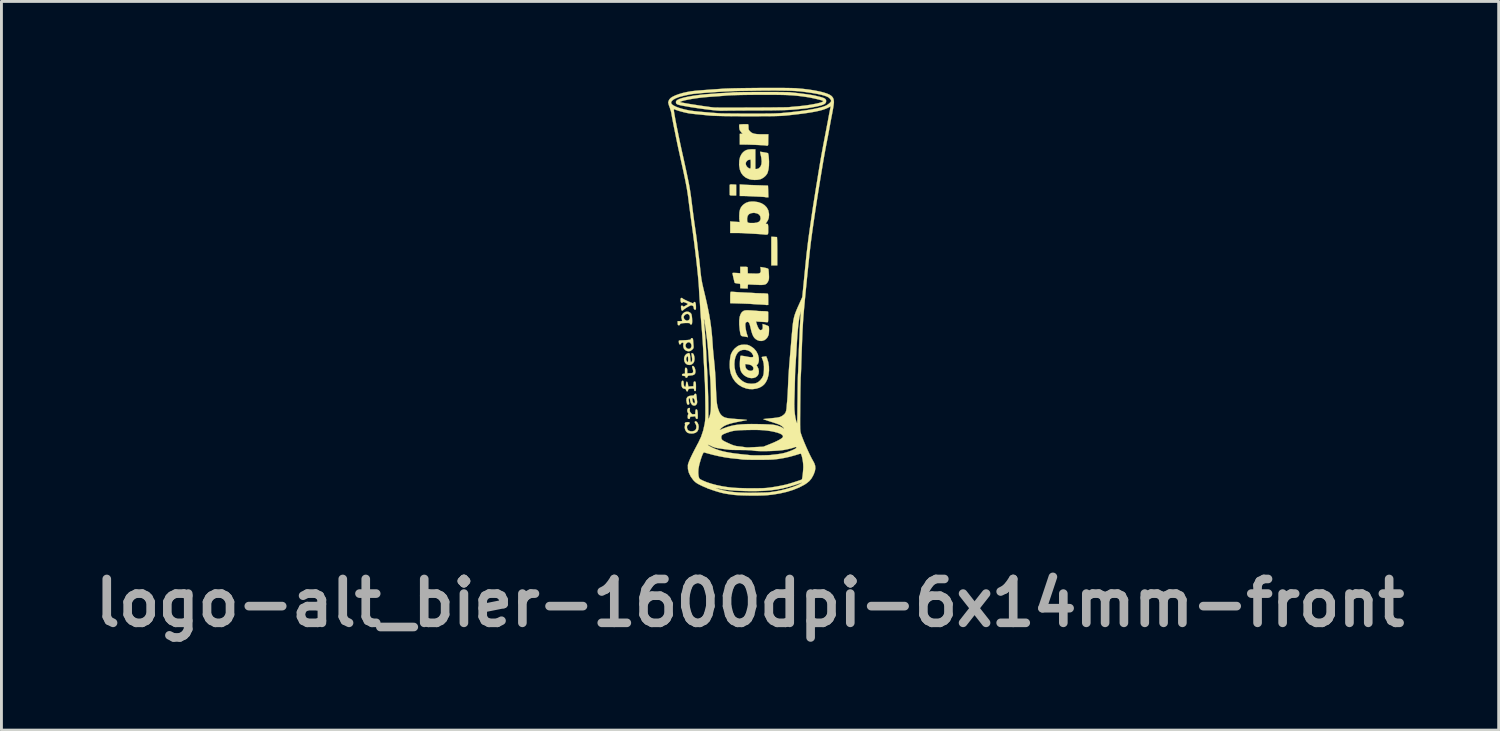
<source format=kicad_pcb>
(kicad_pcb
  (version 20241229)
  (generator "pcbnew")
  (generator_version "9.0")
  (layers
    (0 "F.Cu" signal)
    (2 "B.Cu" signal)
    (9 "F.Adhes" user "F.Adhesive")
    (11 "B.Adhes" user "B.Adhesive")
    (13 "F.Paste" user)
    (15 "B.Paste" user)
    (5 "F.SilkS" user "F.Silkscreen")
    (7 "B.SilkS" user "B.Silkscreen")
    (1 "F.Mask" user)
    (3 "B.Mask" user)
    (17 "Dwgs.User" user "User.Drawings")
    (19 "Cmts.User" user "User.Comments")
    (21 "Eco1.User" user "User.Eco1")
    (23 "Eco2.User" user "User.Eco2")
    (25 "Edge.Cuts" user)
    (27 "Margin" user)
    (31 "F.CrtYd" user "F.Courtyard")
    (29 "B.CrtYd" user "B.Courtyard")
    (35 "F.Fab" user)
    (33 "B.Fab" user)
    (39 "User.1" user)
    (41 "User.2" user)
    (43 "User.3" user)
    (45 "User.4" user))
  (footprint "logo-alt_bier-1600dpi-6x14mm-front"
    (layer "F.Cu")
    (at 23.037 7.077)
    (property "Reference" "logo-alt_bier-1600dpi-6x14mm-front" (at -0.025 10.825 0) (layer "F.Fab") (effects (font (size 1.524 1.524) (thickness 0.3))))
    (attr through_hole)
    (fp_poly (pts (xy 0.806 -1.896) (xy 0.857 -1.893) (xy 0.895 -1.891) (xy 0.909 -1.89) (xy 0.912 -1.875) (xy 0.914 -1.831) (xy 0.917 -1.764) (xy 0.919 -1.676) (xy 0.92 -1.572) (xy 0.921 -1.455) (xy 0.921 -1.397) (xy 0.921 -0.905) (xy 0.714 -0.905) (xy 0.714 -1.9) (xy 0.806 -1.896)) (stroke (width 0.01) (type solid)) (fill yes) (layer "F.SilkS"))
    (fp_poly (pts (xy -0.619 -3.717) (xy -0.508 -3.712) (xy -0.508 -3.334) (xy -0.619 -3.334) (xy -0.684 -3.336) (xy -0.72 -3.343) (xy -0.731 -3.354) (xy -0.731 -3.385) (xy -0.732 -3.438) (xy -0.732 -3.502) (xy -0.732 -3.568) (xy -0.732 -3.629) (xy -0.732 -3.676) (xy -0.731 -3.699) (xy -0.725 -3.711) (xy -0.703 -3.718) (xy -0.66 -3.719) (xy -0.619 -3.717)) (stroke (width 0.01) (type solid)) (fill yes) (layer "F.SilkS"))
    (fp_poly (pts (xy -0.234 -3.709) (xy -0.172 -3.705) (xy -0.086 -3.701) (xy 0.016 -3.697) (xy 0.128 -3.693) (xy 0.24 -3.689) (xy 0.254 -3.689) (xy 0.354 -3.686) (xy 0.443 -3.683) (xy 0.516 -3.681) (xy 0.568 -3.679) (xy 0.595 -3.677) (xy 0.598 -3.677) (xy 0.599 -3.661) (xy 0.601 -3.62) (xy 0.603 -3.559) (xy 0.606 -3.484) (xy 0.606 -3.473) (xy 0.613 -3.27) (xy 0.563 -3.27) (xy 0.526 -3.272) (xy 0.506 -3.277) (xy 0.506 -3.278) (xy 0.488 -3.281) (xy 0.445 -3.285) (xy 0.381 -3.289) (xy 0.302 -3.293) (xy 0.261 -3.295) (xy 0.17 -3.299) (xy 0.083 -3.303) (xy 0.009 -3.306) (xy -0.044 -3.309) (xy -0.056 -3.31) (xy -0.113 -3.313) (xy -0.185 -3.315) (xy -0.258 -3.317) (xy -0.381 -3.318) (xy -0.381 -3.719) (xy -0.234 -3.709)) (stroke (width 0.01) (type solid)) (fill yes) (layer "F.SilkS"))
    (fp_poly (pts (xy -1.91 4.511) (xy -1.874 4.533) (xy -1.842 4.577) (xy -1.819 4.636) (xy -1.81 4.699) (xy -1.81 4.702) (xy -1.821 4.792) (xy -1.856 4.861) (xy -1.914 4.908) (xy -1.995 4.933) (xy -2.056 4.937) (xy -2.137 4.93) (xy -2.196 4.909) (xy -2.201 4.907) (xy -2.248 4.862) (xy -2.281 4.799) (xy -2.296 4.73) (xy -2.29 4.676) (xy -2.283 4.634) (xy -2.286 4.604) (xy -2.287 4.602) (xy -2.291 4.574) (xy -2.268 4.552) (xy -2.221 4.541) (xy -2.197 4.54) (xy -2.153 4.542) (xy -2.132 4.551) (xy -2.127 4.571) (xy -2.127 4.572) (xy -2.142 4.604) (xy -2.165 4.619) (xy -2.199 4.647) (xy -2.216 4.691) (xy -2.216 4.743) (xy -2.199 4.793) (xy -2.167 4.831) (xy -2.154 4.839) (xy -2.086 4.86) (xy -2.016 4.859) (xy -1.954 4.838) (xy -1.928 4.819) (xy -1.898 4.768) (xy -1.888 4.704) (xy -1.899 4.64) (xy -1.922 4.597) (xy -1.943 4.559) (xy -1.944 4.528) (xy -1.926 4.511) (xy -1.91 4.511)) (stroke (width 0.01) (type solid)) (fill yes) (layer "F.SilkS"))
    (fp_poly (pts (xy -1.98 2.605) (xy -1.955 2.643) (xy -1.935 2.695) (xy -1.923 2.756) (xy -1.922 2.78) (xy -1.929 2.84) (xy -1.956 2.881) (xy -2.005 2.906) (xy -2.081 2.918) (xy -2.085 2.918) (xy -2.141 2.923) (xy -2.174 2.93) (xy -2.189 2.942) (xy -2.194 2.959) (xy -2.208 2.986) (xy -2.233 2.999) (xy -2.257 2.996) (xy -2.27 2.974) (xy -2.27 2.971) (xy -2.277 2.948) (xy -2.303 2.937) (xy -2.33 2.934) (xy -2.37 2.927) (xy -2.387 2.912) (xy -2.389 2.897) (xy -2.381 2.873) (xy -2.351 2.862) (xy -2.338 2.86) (xy -2.286 2.855) (xy -2.286 2.753) (xy -2.285 2.698) (xy -2.28 2.667) (xy -2.27 2.653) (xy -2.256 2.651) (xy -2.229 2.66) (xy -2.214 2.688) (xy -2.207 2.741) (xy -2.207 2.771) (xy -2.207 2.842) (xy -2.129 2.842) (xy -2.077 2.84) (xy -2.037 2.835) (xy -2.025 2.832) (xy -2.006 2.809) (xy -2.001 2.765) (xy -2.012 2.708) (xy -2.024 2.672) (xy -2.039 2.625) (xy -2.033 2.599) (xy -2.032 2.597) (xy -2.007 2.588) (xy -1.98 2.605)) (stroke (width 0.01) (type solid)) (fill yes) (layer "F.SilkS"))
    (fp_poly (pts (xy -2.127 2.154) (xy -2.115 2.189) (xy -2.107 2.251) (xy -2.103 2.302) (xy -2.097 2.368) (xy -2.09 2.421) (xy -2.082 2.454) (xy -2.078 2.461) (xy -2.061 2.448) (xy -2.047 2.427) (xy -2.037 2.387) (xy -2.038 2.323) (xy -2.05 2.234) (xy -2.058 2.193) (xy -2.062 2.158) (xy -2.054 2.145) (xy -2.03 2.146) (xy -1.999 2.165) (xy -1.975 2.212) (xy -1.959 2.279) (xy -1.954 2.346) (xy -1.965 2.426) (xy -1.998 2.489) (xy -2.049 2.533) (xy -2.111 2.554) (xy -2.18 2.55) (xy -2.226 2.531) (xy -2.276 2.488) (xy -2.306 2.427) (xy -2.318 2.358) (xy -2.315 2.335) (xy -2.245 2.335) (xy -2.244 2.37) (xy -2.231 2.405) (xy -2.21 2.447) (xy -2.193 2.458) (xy -2.181 2.439) (xy -2.175 2.389) (xy -2.175 2.358) (xy -2.178 2.293) (xy -2.187 2.255) (xy -2.202 2.248) (xy -2.22 2.27) (xy -2.231 2.293) (xy -2.245 2.335) (xy -2.315 2.335) (xy -2.31 2.287) (xy -2.284 2.224) (xy -2.238 2.176) (xy -2.223 2.167) (xy -2.178 2.146) (xy -2.147 2.141) (xy -2.127 2.154)) (stroke (width 0.01) (type solid)) (fill yes) (layer "F.SilkS"))
    (fp_poly (pts (xy -2.119 4.052) (xy -2.114 4.071) (xy -2.118 4.105) (xy -2.122 4.148) (xy -2.109 4.185) (xy -2.087 4.217) (xy -2.056 4.252) (xy -2.027 4.267) (xy -1.987 4.267) (xy -1.929 4.262) (xy -1.924 4.179) (xy -1.919 4.129) (xy -1.91 4.104) (xy -1.894 4.096) (xy -1.89 4.096) (xy -1.869 4.107) (xy -1.855 4.142) (xy -1.846 4.203) (xy -1.842 4.292) (xy -1.842 4.322) (xy -1.842 4.379) (xy -1.847 4.411) (xy -1.856 4.426) (xy -1.872 4.429) (xy -1.874 4.429) (xy -1.9 4.419) (xy -1.915 4.383) (xy -1.916 4.38) (xy -1.926 4.346) (xy -1.944 4.337) (xy -1.973 4.34) (xy -2.025 4.347) (xy -2.066 4.35) (xy -2.099 4.354) (xy -2.111 4.374) (xy -2.111 4.389) (xy -2.119 4.421) (xy -2.14 4.429) (xy -2.171 4.424) (xy -2.18 4.419) (xy -2.189 4.395) (xy -2.191 4.355) (xy -2.188 4.312) (xy -2.18 4.279) (xy -2.172 4.267) (xy -2.164 4.253) (xy -2.179 4.224) (xy -2.18 4.222) (xy -2.203 4.171) (xy -2.206 4.121) (xy -2.192 4.078) (xy -2.162 4.052) (xy -2.138 4.048) (xy -2.119 4.052)) (stroke (width 0.01) (type solid)) (fill yes) (layer "F.SilkS"))
    (fp_poly (pts (xy -0.628 0.013) (xy -0.568 0.017) (xy -0.552 0.018) (xy -0.49 0.023) (xy -0.406 0.028) (xy -0.308 0.033) (xy -0.208 0.038) (xy -0.169 0.04) (xy -0.078 0.044) (xy 0.005 0.048) (xy 0.073 0.052) (xy 0.12 0.055) (xy 0.135 0.057) (xy 0.169 0.059) (xy 0.227 0.061) (xy 0.3 0.063) (xy 0.382 0.065) (xy 0.385 0.065) (xy 0.463 0.067) (xy 0.528 0.071) (xy 0.574 0.076) (xy 0.597 0.082) (xy 0.597 0.083) (xy 0.601 0.104) (xy 0.604 0.15) (xy 0.606 0.213) (xy 0.607 0.283) (xy 0.607 0.468) (xy 0.566 0.47) (xy 0.533 0.47) (xy 0.52 0.467) (xy 0.503 0.465) (xy 0.461 0.461) (xy 0.398 0.457) (xy 0.321 0.453) (xy 0.293 0.452) (xy 0.209 0.448) (xy 0.134 0.443) (xy 0.074 0.439) (xy 0.037 0.436) (xy 0.032 0.436) (xy 0.006 0.433) (xy -0.048 0.43) (xy -0.123 0.427) (xy -0.214 0.424) (xy -0.316 0.42) (xy -0.36 0.419) (xy -0.714 0.408) (xy -0.714 0.213) (xy -0.713 0.12) (xy -0.709 0.055) (xy -0.702 0.019) (xy -0.697 0.013) (xy -0.674 0.011) (xy -0.628 0.013)) (stroke (width 0.01) (type solid)) (fill yes) (layer "F.SilkS"))
    (fp_poly (pts (xy -0.113 -5.812) (xy -0.107 -5.811) (xy -0.092 -5.806) (xy -0.083 -5.786) (xy -0.08 -5.745) (xy -0.079 -5.713) (xy -0.078 -5.657) (xy -0.07 -5.62) (xy -0.051 -5.59) (xy -0.02 -5.557) (xy 0.021 -5.522) (xy 0.069 -5.497) (xy 0.128 -5.479) (xy 0.205 -5.468) (xy 0.304 -5.462) (xy 0.41 -5.461) (xy 0.611 -5.461) (xy 0.608 -5.298) (xy 0.607 -5.226) (xy 0.606 -5.162) (xy 0.605 -5.116) (xy 0.604 -5.1) (xy 0.595 -5.072) (xy 0.566 -5.064) (xy 0.535 -5.067) (xy 0.523 -5.071) (xy 0.505 -5.074) (xy 0.46 -5.078) (xy 0.395 -5.082) (xy 0.313 -5.086) (xy 0.221 -5.091) (xy 0.123 -5.095) (xy 0.025 -5.098) (xy -0.069 -5.101) (xy -0.152 -5.103) (xy -0.218 -5.104) (xy -0.381 -5.104) (xy -0.381 -5.29) (xy -0.381 -5.477) (xy -0.28 -5.477) (xy -0.321 -5.521) (xy -0.354 -5.561) (xy -0.379 -5.6) (xy -0.381 -5.602) (xy -0.391 -5.634) (xy -0.398 -5.682) (xy -0.402 -5.733) (xy -0.401 -5.776) (xy -0.396 -5.8) (xy -0.395 -5.801) (xy -0.378 -5.804) (xy -0.337 -5.807) (xy -0.282 -5.81) (xy -0.221 -5.811) (xy -0.161 -5.812) (xy -0.113 -5.812)) (stroke (width 0.01) (type solid)) (fill yes) (layer "F.SilkS"))
    (fp_poly (pts (xy -1.906 3.56) (xy -1.895 3.578) (xy -1.888 3.616) (xy -1.883 3.655) (xy -1.876 3.721) (xy -1.869 3.784) (xy -1.864 3.818) (xy -1.866 3.88) (xy -1.889 3.928) (xy -1.926 3.959) (xy -1.972 3.968) (xy -2.019 3.953) (xy -2.045 3.932) (xy -2.082 3.875) (xy -2.105 3.802) (xy -2.111 3.743) (xy -2.114 3.725) (xy -2.031 3.725) (xy -2.028 3.768) (xy -2.028 3.77) (xy -2.016 3.825) (xy -1.998 3.864) (xy -1.977 3.886) (xy -1.957 3.885) (xy -1.943 3.86) (xy -1.94 3.846) (xy -1.942 3.806) (xy -1.957 3.761) (xy -1.979 3.722) (xy -2.002 3.7) (xy -2.009 3.699) (xy -2.026 3.704) (xy -2.031 3.725) (xy -2.114 3.725) (xy -2.116 3.713) (xy -2.131 3.708) (xy -2.137 3.71) (xy -2.153 3.722) (xy -2.157 3.75) (xy -2.153 3.793) (xy -2.146 3.844) (xy -2.141 3.887) (xy -2.139 3.897) (xy -2.146 3.925) (xy -2.17 3.934) (xy -2.195 3.931) (xy -2.211 3.91) (xy -2.221 3.878) (xy -2.238 3.787) (xy -2.23 3.716) (xy -2.197 3.664) (xy -2.14 3.633) (xy -2.058 3.62) (xy -2.039 3.619) (xy -1.994 3.616) (xy -1.972 3.604) (xy -1.964 3.588) (xy -1.943 3.561) (xy -1.924 3.556) (xy -1.906 3.56)) (stroke (width 0.01) (type solid)) (fill yes) (layer "F.SilkS"))
    (fp_poly (pts (xy -2.348 3.109) (xy -2.336 3.144) (xy -2.334 3.185) (xy -2.327 3.252) (xy -2.31 3.297) (xy -2.284 3.317) (xy -2.278 3.318) (xy -2.264 3.307) (xy -2.255 3.273) (xy -2.251 3.227) (xy -2.246 3.172) (xy -2.237 3.143) (xy -2.223 3.135) (xy -2.204 3.149) (xy -2.19 3.191) (xy -2.184 3.219) (xy -2.17 3.303) (xy -2.081 3.299) (xy -1.992 3.294) (xy -1.988 3.211) (xy -1.983 3.161) (xy -1.974 3.136) (xy -1.958 3.128) (xy -1.953 3.127) (xy -1.933 3.132) (xy -1.919 3.148) (xy -1.91 3.182) (xy -1.906 3.237) (xy -1.905 3.319) (xy -1.906 3.387) (xy -1.908 3.429) (xy -1.914 3.451) (xy -1.925 3.459) (xy -1.937 3.461) (xy -1.962 3.451) (xy -1.968 3.422) (xy -1.971 3.393) (xy -1.985 3.377) (xy -2.015 3.372) (xy -2.068 3.375) (xy -2.084 3.376) (xy -2.135 3.383) (xy -2.162 3.392) (xy -2.174 3.408) (xy -2.178 3.427) (xy -2.191 3.464) (xy -2.214 3.474) (xy -2.236 3.457) (xy -2.246 3.43) (xy -2.259 3.395) (xy -2.284 3.382) (xy -2.301 3.381) (xy -2.345 3.37) (xy -2.374 3.349) (xy -2.395 3.309) (xy -2.407 3.253) (xy -2.41 3.193) (xy -2.403 3.142) (xy -2.393 3.121) (xy -2.368 3.1) (xy -2.348 3.109)) (stroke (width 0.01) (type solid)) (fill yes) (layer "F.SilkS"))
    (fp_poly (pts (xy -2.169 0.706) (xy -2.11 0.733) (xy -2.069 0.776) (xy -2.057 0.809) (xy -2.047 0.864) (xy -2.04 0.93) (xy -2.037 0.999) (xy -2.037 1.063) (xy -2.042 1.113) (xy -2.05 1.138) (xy -2.076 1.15) (xy -2.101 1.14) (xy -2.111 1.117) (xy -2.12 1.105) (xy -2.15 1.098) (xy -2.205 1.095) (xy -2.212 1.095) (xy -2.319 1.098) (xy -2.395 1.106) (xy -2.441 1.121) (xy -2.46 1.141) (xy -2.461 1.145) (xy -2.473 1.168) (xy -2.501 1.176) (xy -2.529 1.165) (xy -2.529 1.164) (xy -2.536 1.143) (xy -2.54 1.103) (xy -2.54 1.093) (xy -2.54 1.032) (xy -2.459 1.032) (xy -2.411 1.031) (xy -2.389 1.025) (xy -2.384 1.012) (xy -2.388 0.996) (xy -2.404 0.931) (xy -2.407 0.897) (xy -2.334 0.897) (xy -2.32 0.943) (xy -2.286 0.984) (xy -2.241 1.011) (xy -2.215 1.016) (xy -2.174 1.005) (xy -2.143 0.984) (xy -2.118 0.939) (xy -2.115 0.884) (xy -2.131 0.83) (xy -2.165 0.79) (xy -2.165 0.79) (xy -2.208 0.778) (xy -2.255 0.79) (xy -2.297 0.82) (xy -2.326 0.861) (xy -2.334 0.897) (xy -2.407 0.897) (xy -2.408 0.884) (xy -2.4 0.843) (xy -2.392 0.821) (xy -2.352 0.761) (xy -2.297 0.721) (xy -2.233 0.702) (xy -2.169 0.706)) (stroke (width 0.01) (type solid)) (fill yes) (layer "F.SilkS"))
    (fp_poly (pts (xy -2.022 1.63) (xy -2.01 1.65) (xy -2.004 1.69) (xy -2.003 1.707) (xy -1.999 1.771) (xy -1.993 1.844) (xy -1.99 1.877) (xy -1.986 1.93) (xy -1.99 1.964) (xy -2.007 1.992) (xy -2.037 2.024) (xy -2.099 2.068) (xy -2.168 2.08) (xy -2.239 2.062) (xy -2.264 2.047) (xy -2.318 1.996) (xy -2.344 1.928) (xy -2.344 1.877) (xy -2.27 1.877) (xy -2.258 1.931) (xy -2.227 1.972) (xy -2.183 1.995) (xy -2.136 1.997) (xy -2.093 1.974) (xy -2.087 1.968) (xy -2.063 1.922) (xy -2.06 1.869) (xy -2.075 1.82) (xy -2.106 1.781) (xy -2.15 1.763) (xy -2.159 1.762) (xy -2.204 1.776) (xy -2.244 1.811) (xy -2.267 1.857) (xy -2.27 1.877) (xy -2.344 1.877) (xy -2.344 1.849) (xy -2.339 1.805) (xy -2.343 1.785) (xy -2.36 1.778) (xy -2.375 1.778) (xy -2.412 1.789) (xy -2.424 1.81) (xy -2.443 1.836) (xy -2.461 1.841) (xy -2.482 1.832) (xy -2.494 1.798) (xy -2.496 1.782) (xy -2.5 1.74) (xy -2.498 1.713) (xy -2.497 1.711) (xy -2.479 1.704) (xy -2.439 1.7) (xy -2.407 1.699) (xy -2.347 1.697) (xy -2.272 1.693) (xy -2.201 1.688) (xy -2.139 1.682) (xy -2.102 1.675) (xy -2.085 1.665) (xy -2.08 1.65) (xy -2.08 1.648) (xy -2.071 1.625) (xy -2.044 1.622) (xy -2.022 1.63)) (stroke (width 0.01) (type solid)) (fill yes) (layer "F.SilkS"))
    (fp_poly (pts (xy -2.386 0.228) (xy -2.37 0.244) (xy -2.352 0.257) (xy -2.312 0.279) (xy -2.256 0.307) (xy -2.192 0.337) (xy -2.128 0.365) (xy -2.07 0.39) (xy -2.025 0.407) (xy -2.001 0.413) (xy -1.986 0.4) (xy -1.984 0.389) (xy -1.971 0.369) (xy -1.955 0.365) (xy -1.931 0.377) (xy -1.916 0.413) (xy -1.907 0.477) (xy -1.905 0.551) (xy -1.906 0.6) (xy -1.911 0.625) (xy -1.924 0.633) (xy -1.941 0.632) (xy -1.966 0.622) (xy -1.978 0.594) (xy -1.981 0.569) (xy -1.99 0.526) (xy -2.013 0.501) (xy -2.032 0.492) (xy -2.056 0.484) (xy -2.08 0.484) (xy -2.11 0.495) (xy -2.154 0.518) (xy -2.208 0.548) (xy -2.265 0.583) (xy -2.311 0.615) (xy -2.339 0.638) (xy -2.345 0.645) (xy -2.366 0.664) (xy -2.381 0.667) (xy -2.4 0.658) (xy -2.413 0.628) (xy -2.419 0.594) (xy -2.423 0.547) (xy -2.422 0.514) (xy -2.42 0.506) (xy -2.397 0.493) (xy -2.369 0.5) (xy -2.355 0.516) (xy -2.345 0.527) (xy -2.325 0.524) (xy -2.286 0.505) (xy -2.272 0.497) (xy -2.219 0.466) (xy -2.192 0.445) (xy -2.19 0.43) (xy -2.212 0.414) (xy -2.247 0.398) (xy -2.31 0.373) (xy -2.349 0.366) (xy -2.365 0.376) (xy -2.365 0.381) (xy -2.379 0.394) (xy -2.395 0.397) (xy -2.417 0.388) (xy -2.431 0.357) (xy -2.435 0.335) (xy -2.439 0.288) (xy -2.437 0.252) (xy -2.435 0.247) (xy -2.414 0.225) (xy -2.386 0.228)) (stroke (width 0.01) (type solid)) (fill yes) (layer "F.SilkS"))
    (fp_poly (pts (xy -0.168 -0.855) (xy -0.126 -0.85) (xy -0.11 -0.84) (xy -0.109 -0.837) (xy -0.108 -0.812) (xy -0.107 -0.765) (xy -0.106 -0.722) (xy -0.103 -0.627) (xy 0.093 -0.622) (xy 0.177 -0.62) (xy 0.235 -0.621) (xy 0.274 -0.625) (xy 0.3 -0.632) (xy 0.318 -0.643) (xy 0.321 -0.646) (xy 0.339 -0.668) (xy 0.347 -0.696) (xy 0.346 -0.741) (xy 0.344 -0.763) (xy 0.335 -0.851) (xy 0.468 -0.828) (xy 0.546 -0.811) (xy 0.594 -0.795) (xy 0.612 -0.779) (xy 0.617 -0.753) (xy 0.622 -0.704) (xy 0.627 -0.639) (xy 0.63 -0.587) (xy 0.633 -0.51) (xy 0.632 -0.456) (xy 0.627 -0.417) (xy 0.617 -0.384) (xy 0.601 -0.349) (xy 0.574 -0.303) (xy 0.545 -0.27) (xy 0.508 -0.247) (xy 0.458 -0.234) (xy 0.391 -0.227) (xy 0.301 -0.227) (xy 0.214 -0.231) (xy 0.127 -0.234) (xy 0.049 -0.238) (xy -0.014 -0.241) (xy -0.055 -0.243) (xy -0.064 -0.244) (xy -0.088 -0.242) (xy -0.1 -0.229) (xy -0.104 -0.195) (xy -0.105 -0.175) (xy -0.106 -0.103) (xy -0.168 -0.103) (xy -0.227 -0.104) (xy -0.29 -0.107) (xy -0.298 -0.108) (xy -0.365 -0.113) (xy -0.365 -0.191) (xy -0.367 -0.24) (xy -0.375 -0.263) (xy -0.392 -0.27) (xy -0.393 -0.27) (xy -0.439 -0.274) (xy -0.489 -0.281) (xy -0.532 -0.29) (xy -0.556 -0.298) (xy -0.557 -0.299) (xy -0.563 -0.317) (xy -0.574 -0.358) (xy -0.588 -0.415) (xy -0.603 -0.478) (xy -0.617 -0.54) (xy -0.628 -0.593) (xy -0.634 -0.63) (xy -0.635 -0.639) (xy -0.62 -0.644) (xy -0.581 -0.645) (xy -0.525 -0.643) (xy -0.5 -0.642) (xy -0.365 -0.632) (xy -0.365 -0.857) (xy -0.238 -0.857) (xy -0.168 -0.855)) (stroke (width 0.01) (type solid)) (fill yes) (layer "F.SilkS"))
    (fp_poly (pts (xy 0.107 -4.939) (xy 0.159 -4.937) (xy 0.159 -4.255) (xy 0.204 -4.255) (xy 0.25 -4.264) (xy 0.29 -4.286) (xy 0.341 -4.345) (xy 0.371 -4.423) (xy 0.379 -4.523) (xy 0.367 -4.645) (xy 0.35 -4.723) (xy 0.337 -4.782) (xy 0.327 -4.827) (xy 0.324 -4.851) (xy 0.324 -4.853) (xy 0.34 -4.853) (xy 0.379 -4.847) (xy 0.431 -4.839) (xy 0.487 -4.829) (xy 0.54 -4.819) (xy 0.58 -4.811) (xy 0.597 -4.805) (xy 0.598 -4.805) (xy 0.607 -4.782) (xy 0.616 -4.733) (xy 0.624 -4.668) (xy 0.63 -4.591) (xy 0.634 -4.512) (xy 0.634 -4.502) (xy 0.631 -4.365) (xy 0.616 -4.243) (xy 0.591 -4.143) (xy 0.571 -4.094) (xy 0.521 -4.025) (xy 0.451 -3.962) (xy 0.371 -3.914) (xy 0.327 -3.897) (xy 0.234 -3.879) (xy 0.129 -3.875) (xy 0.025 -3.884) (xy -0.059 -3.903) (xy -0.175 -3.956) (xy -0.266 -4.029) (xy -0.334 -4.121) (xy -0.379 -4.234) (xy -0.402 -4.369) (xy -0.404 -4.406) (xy -0.404 -4.42) (xy -0.175 -4.42) (xy -0.15 -4.36) (xy -0.121 -4.324) (xy -0.082 -4.292) (xy -0.046 -4.273) (xy -0.033 -4.27) (xy -0.018 -4.272) (xy -0.009 -4.282) (xy -0.003 -4.304) (xy -0.001 -4.346) (xy -0.000012 -4.412) (xy 0 -4.431) (xy -0.001 -4.504) (xy -0.003 -4.55) (xy -0.008 -4.575) (xy -0.016 -4.583) (xy -0.025 -4.582) (xy -0.061 -4.573) (xy -0.073 -4.572) (xy -0.1 -4.561) (xy -0.133 -4.536) (xy -0.136 -4.533) (xy -0.17 -4.479) (xy -0.175 -4.42) (xy -0.404 -4.42) (xy -0.399 -4.551) (xy -0.371 -4.674) (xy -0.318 -4.777) (xy -0.267 -4.837) (xy -0.21 -4.884) (xy -0.146 -4.915) (xy -0.071 -4.933) (xy 0.024 -4.94) (xy 0.107 -4.939)) (stroke (width 0.01) (type solid)) (fill yes) (layer "F.SilkS"))
    (fp_poly (pts (xy 0.118 -3.124) (xy 0.257 -3.103) (xy 0.378 -3.061) (xy 0.477 -2.999) (xy 0.554 -2.919) (xy 0.607 -2.822) (xy 0.632 -2.71) (xy 0.635 -2.659) (xy 0.625 -2.557) (xy 0.594 -2.472) (xy 0.553 -2.409) (xy 0.527 -2.371) (xy 0.524 -2.351) (xy 0.546 -2.346) (xy 0.566 -2.348) (xy 0.584 -2.345) (xy 0.595 -2.328) (xy 0.602 -2.293) (xy 0.606 -2.234) (xy 0.606 -2.149) (xy 0.606 -2.145) (xy 0.606 -2.071) (xy 0.603 -2.02) (xy 0.593 -1.99) (xy 0.569 -1.976) (xy 0.528 -1.973) (xy 0.463 -1.979) (xy 0.405 -1.985) (xy 0.342 -1.99) (xy 0.257 -1.996) (xy 0.16 -2.002) (xy 0.061 -2.007) (xy 0.032 -2.009) (xy -0.055 -2.013) (xy -0.131 -2.017) (xy -0.192 -2.021) (xy -0.229 -2.024) (xy -0.238 -2.025) (xy -0.262 -2.027) (xy -0.311 -2.028) (xy -0.379 -2.03) (xy -0.46 -2.031) (xy -0.488 -2.031) (xy -0.714 -2.032) (xy -0.714 -2.433) (xy -0.546 -2.421) (xy -0.378 -2.41) (xy -0.389 -2.445) (xy -0.394 -2.476) (xy -0.397 -2.521) (xy -0.127 -2.521) (xy -0.125 -2.455) (xy -0.116 -2.414) (xy -0.095 -2.391) (xy -0.056 -2.381) (xy -0.01 -2.378) (xy 0.114 -2.378) (xy 0.21 -2.391) (xy 0.278 -2.418) (xy 0.3 -2.436) (xy 0.329 -2.475) (xy 0.341 -2.524) (xy 0.341 -2.547) (xy 0.328 -2.618) (xy 0.288 -2.673) (xy 0.223 -2.71) (xy 0.137 -2.729) (xy 0.095 -2.731) (xy 0.006 -2.719) (xy -0.061 -2.686) (xy -0.105 -2.631) (xy -0.125 -2.554) (xy -0.127 -2.521) (xy -0.397 -2.521) (xy -0.398 -2.53) (xy -0.4 -2.597) (xy -0.4 -2.634) (xy -0.394 -2.752) (xy -0.374 -2.847) (xy -0.338 -2.926) (xy -0.282 -2.994) (xy -0.257 -3.017) (xy -0.174 -3.075) (xy -0.08 -3.11) (xy 0.032 -3.125) (xy 0.118 -3.124)) (stroke (width 0.01) (type solid)) (fill yes) (layer "F.SilkS"))
    (fp_poly (pts (xy -0.046 0.656) (xy 0.015 0.659) (xy 0.091 0.664) (xy 0.156 0.669) (xy 0.202 0.673) (xy 0.223 0.676) (xy 0.224 0.676) (xy 0.242 0.678) (xy 0.286 0.681) (xy 0.348 0.683) (xy 0.418 0.685) (xy 0.499 0.687) (xy 0.553 0.691) (xy 0.585 0.696) (xy 0.601 0.704) (xy 0.604 0.714) (xy 0.605 0.739) (xy 0.605 0.788) (xy 0.605 0.854) (xy 0.605 0.905) (xy 0.604 0.98) (xy 0.602 1.028) (xy 0.597 1.055) (xy 0.589 1.067) (xy 0.577 1.069) (xy 0.577 1.069) (xy 0.55 1.067) (xy 0.5 1.063) (xy 0.432 1.059) (xy 0.364 1.055) (xy 0.179 1.044) (xy 0.217 1.161) (xy 0.241 1.223) (xy 0.267 1.278) (xy 0.292 1.315) (xy 0.293 1.317) (xy 0.323 1.342) (xy 0.349 1.345) (xy 0.372 1.337) (xy 0.397 1.321) (xy 0.41 1.298) (xy 0.416 1.259) (xy 0.415 1.197) (xy 0.414 1.187) (xy 0.411 1.129) (xy 0.511 1.162) (xy 0.564 1.182) (xy 0.604 1.2) (xy 0.623 1.213) (xy 0.63 1.24) (xy 0.634 1.29) (xy 0.634 1.352) (xy 0.631 1.417) (xy 0.626 1.475) (xy 0.618 1.512) (xy 0.586 1.584) (xy 0.533 1.648) (xy 0.476 1.691) (xy 0.39 1.72) (xy 0.304 1.717) (xy 0.226 1.69) (xy 0.17 1.655) (xy 0.123 1.611) (xy 0.085 1.553) (xy 0.051 1.476) (xy 0.02 1.376) (xy -0.007 1.262) (xy -0.022 1.2) (xy -0.038 1.144) (xy -0.05 1.108) (xy -0.078 1.067) (xy -0.116 1.053) (xy -0.156 1.069) (xy -0.162 1.074) (xy -0.178 1.093) (xy -0.187 1.116) (xy -0.189 1.154) (xy -0.187 1.213) (xy -0.186 1.222) (xy -0.176 1.3) (xy -0.159 1.387) (xy -0.138 1.466) (xy -0.098 1.59) (xy -0.132 1.582) (xy -0.168 1.575) (xy -0.22 1.567) (xy -0.251 1.562) (xy -0.292 1.556) (xy -0.321 1.546) (xy -0.341 1.527) (xy -0.356 1.493) (xy -0.367 1.441) (xy -0.379 1.364) (xy -0.385 1.322) (xy -0.401 1.151) (xy -0.401 1.004) (xy -0.385 0.882) (xy -0.353 0.786) (xy -0.306 0.715) (xy -0.243 0.672) (xy -0.211 0.662) (xy -0.172 0.656) (xy -0.119 0.654) (xy -0.046 0.656)) (stroke (width 0.01) (type solid)) (fill yes) (layer "F.SilkS"))
    (fp_poly (pts (xy -0.162 1.851) (xy -0.113 1.857) (xy -0.069 1.871) (xy -0.017 1.896) (xy -0.003 1.904) (xy 0.105 1.979) (xy 0.189 2.075) (xy 0.248 2.188) (xy 0.278 2.31) (xy 0.281 2.382) (xy 0.272 2.45) (xy 0.253 2.506) (xy 0.226 2.541) (xy 0.224 2.543) (xy 0.207 2.556) (xy 0.206 2.572) (xy 0.222 2.6) (xy 0.232 2.615) (xy 0.267 2.69) (xy 0.281 2.774) (xy 0.273 2.854) (xy 0.27 2.864) (xy 0.233 2.931) (xy 0.176 2.978) (xy 0.104 3.005) (xy 0.022 3.012) (xy -0.065 2.999) (xy -0.151 2.965) (xy -0.233 2.911) (xy -0.256 2.89) (xy -0.306 2.833) (xy -0.342 2.772) (xy -0.365 2.7) (xy -0.377 2.611) (xy -0.378 2.57) (xy -0.191 2.57) (xy -0.183 2.622) (xy -0.166 2.669) (xy -0.13 2.712) (xy -0.079 2.743) (xy -0.022 2.759) (xy 0.032 2.758) (xy 0.07 2.737) (xy 0.093 2.695) (xy 0.09 2.646) (xy 0.063 2.6) (xy 0.018 2.565) (xy -0.025 2.549) (xy -0.082 2.535) (xy -0.109 2.531) (xy -0.191 2.52) (xy -0.191 2.57) (xy -0.378 2.57) (xy -0.379 2.5) (xy -0.377 2.439) (xy -0.372 2.365) (xy -0.366 2.301) (xy -0.36 2.257) (xy -0.354 2.237) (xy -0.334 2.234) (xy -0.289 2.238) (xy -0.227 2.247) (xy -0.182 2.255) (xy -0.079 2.275) (xy -0.004 2.285) (xy 0.047 2.286) (xy 0.076 2.276) (xy 0.087 2.255) (xy 0.082 2.223) (xy 0.077 2.208) (xy 0.034 2.137) (xy -0.03 2.082) (xy -0.11 2.045) (xy -0.198 2.028) (xy -0.288 2.032) (xy -0.373 2.061) (xy -0.381 2.065) (xy -0.447 2.119) (xy -0.499 2.198) (xy -0.538 2.295) (xy -0.561 2.406) (xy -0.569 2.526) (xy -0.561 2.65) (xy -0.536 2.772) (xy -0.498 2.875) (xy -0.443 2.966) (xy -0.366 3.052) (xy -0.277 3.124) (xy -0.184 3.173) (xy -0.183 3.174) (xy -0.091 3.197) (xy 0.013 3.207) (xy 0.114 3.201) (xy 0.177 3.188) (xy 0.253 3.152) (xy 0.326 3.091) (xy 0.387 3.015) (xy 0.408 2.979) (xy 0.428 2.935) (xy 0.441 2.891) (xy 0.45 2.838) (xy 0.455 2.767) (xy 0.457 2.727) (xy 0.458 2.607) (xy 0.45 2.508) (xy 0.43 2.421) (xy 0.402 2.345) (xy 0.387 2.307) (xy 0.382 2.283) (xy 0.382 2.28) (xy 0.401 2.274) (xy 0.439 2.267) (xy 0.462 2.264) (xy 0.535 2.253) (xy 0.568 2.329) (xy 0.609 2.46) (xy 0.631 2.604) (xy 0.634 2.753) (xy 0.617 2.898) (xy 0.582 3.031) (xy 0.548 3.108) (xy 0.508 3.177) (xy 0.467 3.228) (xy 0.414 3.276) (xy 0.393 3.292) (xy 0.303 3.343) (xy 0.194 3.377) (xy 0.073 3.394) (xy -0.05 3.392) (xy -0.154 3.373) (xy -0.302 3.317) (xy -0.432 3.237) (xy -0.54 3.135) (xy -0.626 3.011) (xy -0.688 2.87) (xy -0.718 2.745) (xy -0.729 2.646) (xy -0.732 2.534) (xy -0.727 2.42) (xy -0.716 2.312) (xy -0.698 2.219) (xy -0.684 2.173) (xy -0.631 2.071) (xy -0.556 1.981) (xy -0.468 1.91) (xy -0.439 1.893) (xy -0.388 1.87) (xy -0.339 1.857) (xy -0.279 1.851) (xy -0.23 1.85) (xy -0.162 1.851)) (stroke (width 0.01) (type solid)) (fill yes) (layer "F.SilkS"))
    (fp_poly (pts (xy 0.656 -6.93) (xy 0.805 -6.93) (xy 0.944 -6.929) (xy 1.07 -6.928) (xy 1.18 -6.926) (xy 1.269 -6.925) (xy 1.335 -6.923) (xy 1.373 -6.92) (xy 1.594 -6.896) (xy 1.784 -6.873) (xy 1.946 -6.852) (xy 2.079 -6.832) (xy 2.186 -6.813) (xy 2.238 -6.802) (xy 2.359 -6.773) (xy 2.451 -6.749) (xy 2.519 -6.727) (xy 2.567 -6.705) (xy 2.597 -6.681) (xy 2.613 -6.655) (xy 2.619 -6.623) (xy 2.619 -6.612) (xy 2.613 -6.572) (xy 2.593 -6.539) (xy 2.555 -6.509) (xy 2.497 -6.483) (xy 2.415 -6.457) (xy 2.307 -6.431) (xy 2.228 -6.415) (xy 2.136 -6.398) (xy 2.047 -6.382) (xy 1.968 -6.369) (xy 1.91 -6.361) (xy 1.897 -6.359) (xy 1.836 -6.353) (xy 1.758 -6.345) (xy 1.676 -6.337) (xy 1.651 -6.334) (xy 1.566 -6.325) (xy 1.479 -6.318) (xy 1.386 -6.311) (xy 1.285 -6.306) (xy 1.172 -6.301) (xy 1.045 -6.298) (xy 0.902 -6.295) (xy 0.738 -6.292) (xy 0.551 -6.291) (xy 0.339 -6.289) (xy 0.099 -6.288) (xy 0.057 -6.288) (xy -0.119 -6.288) (xy -0.286 -6.287) (xy -0.442 -6.286) (xy -0.583 -6.285) (xy -0.707 -6.284) (xy -0.81 -6.283) (xy -0.891 -6.282) (xy -0.946 -6.281) (xy -0.973 -6.28) (xy -0.975 -6.28) (xy -1.004 -6.279) (xy -1.056 -6.28) (xy -1.124 -6.284) (xy -1.183 -6.288) (xy -1.284 -6.297) (xy -1.403 -6.31) (xy -1.536 -6.326) (xy -1.678 -6.345) (xy -1.823 -6.365) (xy -1.967 -6.387) (xy -2.105 -6.408) (xy -2.232 -6.43) (xy -2.343 -6.45) (xy -2.433 -6.468) (xy -2.497 -6.483) (xy -2.504 -6.485) (xy -2.556 -6.503) (xy -2.584 -6.523) (xy -2.597 -6.55) (xy -2.598 -6.551) (xy -2.599 -6.581) (xy -2.455 -6.581) (xy -2.435 -6.572) (xy -2.407 -6.565) (xy -2.351 -6.554) (xy -2.273 -6.54) (xy -2.177 -6.523) (xy -2.068 -6.505) (xy -1.95 -6.487) (xy -1.828 -6.468) (xy -1.706 -6.449) (xy -1.588 -6.432) (xy -1.48 -6.417) (xy -1.386 -6.404) (xy -1.31 -6.395) (xy -1.278 -6.392) (xy -1.249 -6.391) (xy -1.192 -6.39) (xy -1.11 -6.389) (xy -1.006 -6.389) (xy -0.882 -6.388) (xy -0.741 -6.388) (xy -0.587 -6.388) (xy -0.423 -6.389) (xy -0.251 -6.389) (xy -0.075 -6.39) (xy 0.103 -6.39) (xy 0.28 -6.391) (xy 0.452 -6.392) (xy 0.617 -6.393) (xy 0.772 -6.394) (xy 0.914 -6.396) (xy 1.04 -6.397) (xy 1.146 -6.398) (xy 1.231 -6.4) (xy 1.29 -6.401) (xy 1.322 -6.402) (xy 1.326 -6.403) (xy 1.364 -6.408) (xy 1.423 -6.414) (xy 1.49 -6.42) (xy 1.5 -6.421) (xy 1.651 -6.434) (xy 1.799 -6.45) (xy 1.941 -6.468) (xy 2.075 -6.488) (xy 2.196 -6.51) (xy 2.302 -6.531) (xy 2.39 -6.553) (xy 2.458 -6.574) (xy 2.501 -6.594) (xy 2.518 -6.611) (xy 2.514 -6.621) (xy 2.491 -6.631) (xy 2.444 -6.647) (xy 2.376 -6.665) (xy 2.296 -6.685) (xy 2.208 -6.705) (xy 2.119 -6.724) (xy 2.035 -6.741) (xy 1.961 -6.753) (xy 1.96 -6.753) (xy 1.833 -6.772) (xy 1.716 -6.787) (xy 1.604 -6.8) (xy 1.495 -6.81) (xy 1.382 -6.818) (xy 1.261 -6.824) (xy 1.129 -6.828) (xy 0.98 -6.831) (xy 0.81 -6.833) (xy 0.615 -6.834) (xy 0.524 -6.834) (xy 0.297 -6.833) (xy 0.08 -6.832) (xy -0.124 -6.83) (xy -0.312 -6.827) (xy -0.482 -6.823) (xy -0.631 -6.818) (xy -0.757 -6.813) (xy -0.855 -6.807) (xy -0.913 -6.802) (xy -0.96 -6.797) (xy -1.019 -6.792) (xy -1.094 -6.786) (xy -1.19 -6.779) (xy -1.311 -6.771) (xy -1.429 -6.762) (xy -1.58 -6.75) (xy -1.734 -6.734) (xy -1.887 -6.714) (xy -2.032 -6.692) (xy -2.165 -6.668) (xy -2.281 -6.644) (xy -2.374 -6.62) (xy -2.421 -6.603) (xy -2.452 -6.59) (xy -2.455 -6.581) (xy -2.599 -6.581) (xy -2.6 -6.592) (xy -2.583 -6.627) (xy -2.543 -6.658) (xy -2.479 -6.688) (xy -2.388 -6.718) (xy -2.31 -6.739) (xy -2.193 -6.765) (xy -2.052 -6.79) (xy -1.894 -6.814) (xy -1.727 -6.835) (xy -1.558 -6.852) (xy -1.395 -6.865) (xy -1.357 -6.867) (xy -1.283 -6.872) (xy -1.221 -6.876) (xy -1.177 -6.88) (xy -1.159 -6.882) (xy -1.159 -6.882) (xy -1.141 -6.885) (xy -1.097 -6.888) (xy -1.033 -6.892) (xy -0.954 -6.896) (xy -0.913 -6.898) (xy -0.826 -6.902) (xy -0.747 -6.907) (xy -0.685 -6.911) (xy -0.644 -6.915) (xy -0.635 -6.917) (xy -0.607 -6.919) (xy -0.551 -6.921) (xy -0.47 -6.923) (xy -0.368 -6.925) (xy -0.248 -6.927) (xy -0.113 -6.928) (xy 0.033 -6.929) (xy 0.186 -6.93) (xy 0.343 -6.93) (xy 0.501 -6.93) (xy 0.656 -6.93)) (stroke (width 0.01) (type solid)) (fill yes) (layer "F.SilkS"))
    (fp_poly (pts (xy 0.968 -7.072) (xy 1.128 -7.071) (xy 1.273 -7.069) (xy 1.398 -7.067) (xy 1.501 -7.064) (xy 1.578 -7.061) (xy 1.587 -7.06) (xy 1.8 -7.041) (xy 2.012 -7.016) (xy 2.214 -6.984) (xy 2.398 -6.947) (xy 2.525 -6.915) (xy 2.648 -6.876) (xy 2.743 -6.834) (xy 2.811 -6.787) (xy 2.856 -6.731) (xy 2.881 -6.664) (xy 2.889 -6.583) (xy 2.889 -6.582) (xy 2.886 -6.539) (xy 2.878 -6.472) (xy 2.865 -6.386) (xy 2.848 -6.289) (xy 2.829 -6.186) (xy 2.826 -6.172) (xy 2.805 -6.063) (xy 2.784 -5.953) (xy 2.765 -5.851) (xy 2.749 -5.763) (xy 2.738 -5.699) (xy 2.738 -5.699) (xy 2.727 -5.638) (xy 2.711 -5.553) (xy 2.692 -5.45) (xy 2.67 -5.339) (xy 2.648 -5.225) (xy 2.641 -5.191) (xy 2.611 -5.037) (xy 2.578 -4.855) (xy 2.541 -4.65) (xy 2.502 -4.424) (xy 2.462 -4.183) (xy 2.42 -3.93) (xy 2.378 -3.668) (xy 2.335 -3.402) (xy 2.293 -3.135) (xy 2.253 -2.872) (xy 2.215 -2.616) (xy 2.179 -2.372) (xy 2.146 -2.142) (xy 2.117 -1.931) (xy 2.092 -1.743) (xy 2.088 -1.714) (xy 2.077 -1.621) (xy 2.063 -1.501) (xy 2.047 -1.357) (xy 2.03 -1.195) (xy 2.011 -1.017) (xy 1.991 -0.829) (xy 1.971 -0.634) (xy 1.951 -0.436) (xy 1.932 -0.241) (xy 1.913 -0.051) (xy 1.896 0.128) (xy 1.88 0.293) (xy 1.874 0.365) (xy 1.864 0.474) (xy 1.854 0.576) (xy 1.846 0.667) (xy 1.84 0.74) (xy 1.835 0.79) (xy 1.834 0.802) (xy 1.83 0.854) (xy 1.825 0.926) (xy 1.82 1.004) (xy 1.818 1.032) (xy 1.813 1.116) (xy 1.808 1.206) (xy 1.803 1.285) (xy 1.802 1.302) (xy 1.799 1.362) (xy 1.795 1.445) (xy 1.791 1.539) (xy 1.787 1.636) (xy 1.786 1.659) (xy 1.782 1.764) (xy 1.778 1.878) (xy 1.774 1.988) (xy 1.77 2.081) (xy 1.77 2.088) (xy 1.767 2.167) (xy 1.764 2.268) (xy 1.76 2.383) (xy 1.756 2.501) (xy 1.753 2.596) (xy 1.75 2.697) (xy 1.746 2.79) (xy 1.742 2.87) (xy 1.739 2.931) (xy 1.736 2.967) (xy 1.736 2.969) (xy 1.734 2.995) (xy 1.733 3.049) (xy 1.731 3.129) (xy 1.729 3.232) (xy 1.726 3.355) (xy 1.724 3.493) (xy 1.722 3.646) (xy 1.721 3.809) (xy 1.719 3.929) (xy 1.718 4.122) (xy 1.716 4.285) (xy 1.715 4.423) (xy 1.715 4.536) (xy 1.715 4.629) (xy 1.716 4.704) (xy 1.717 4.763) (xy 1.72 4.81) (xy 1.723 4.846) (xy 1.727 4.875) (xy 1.732 4.9) (xy 1.738 4.922) (xy 1.743 4.937) (xy 1.773 5.027) (xy 1.815 5.136) (xy 1.864 5.257) (xy 1.919 5.385) (xy 1.976 5.512) (xy 2.032 5.633) (xy 2.085 5.741) (xy 2.131 5.829) (xy 2.155 5.87) (xy 2.208 5.968) (xy 2.238 6.059) (xy 2.244 6.149) (xy 2.228 6.243) (xy 2.189 6.35) (xy 2.158 6.413) (xy 2.103 6.507) (xy 2.036 6.586) (xy 1.95 6.658) (xy 1.87 6.712) (xy 1.69 6.807) (xy 1.485 6.891) (xy 1.258 6.962) (xy 1.011 7.019) (xy 0.751 7.061) (xy 0.572 7.08) (xy 0.463 7.087) (xy 0.33 7.091) (xy 0.18 7.094) (xy 0.022 7.094) (xy -0.136 7.091) (xy -0.289 7.087) (xy -0.427 7.081) (xy -0.542 7.073) (xy -0.564 7.071) (xy -0.662 7.059) (xy -0.768 7.044) (xy -0.869 7.028) (xy -0.935 7.016) (xy -1.063 6.985) (xy -1.209 6.942) (xy -1.363 6.891) (xy -1.515 6.834) (xy -1.521 6.831) (xy -1.217 6.831) (xy -1.207 6.839) (xy -1.172 6.851) (xy -1.118 6.868) (xy -1.052 6.886) (xy -0.981 6.904) (xy -0.909 6.92) (xy -0.865 6.929) (xy -0.731 6.952) (xy -0.594 6.97) (xy -0.448 6.983) (xy -0.289 6.99) (xy -0.11 6.994) (xy 0.093 6.993) (xy 0.143 6.993) (xy 0.262 6.991) (xy 0.373 6.988) (xy 0.471 6.986) (xy 0.551 6.983) (xy 0.609 6.981) (xy 0.641 6.978) (xy 0.643 6.978) (xy 0.682 6.972) (xy 0.74 6.964) (xy 0.807 6.954) (xy 0.818 6.953) (xy 0.945 6.931) (xy 1.082 6.901) (xy 1.223 6.865) (xy 1.361 6.825) (xy 1.49 6.782) (xy 1.604 6.738) (xy 1.697 6.696) (xy 1.747 6.668) (xy 1.773 6.649) (xy 1.777 6.642) (xy 1.77 6.644) (xy 1.531 6.725) (xy 1.31 6.791) (xy 1.1 6.844) (xy 0.894 6.883) (xy 0.683 6.911) (xy 0.461 6.929) (xy 0.221 6.937) (xy 0.04 6.939) (xy -0.18 6.936) (xy -0.389 6.929) (xy -0.585 6.918) (xy -0.762 6.903) (xy -0.917 6.884) (xy -1.045 6.862) (xy -1.066 6.858) (xy -1.129 6.844) (xy -1.18 6.835) (xy -1.211 6.831) (xy -1.217 6.831) (xy -1.521 6.831) (xy -1.655 6.775) (xy -1.738 6.736) (xy -1.819 6.695) (xy -1.878 6.66) (xy -1.925 6.626) (xy -1.966 6.587) (xy -1.999 6.552) (xy -2.088 6.429) (xy -2.15 6.301) (xy -2.151 6.298) (xy -1.825 6.298) (xy -1.814 6.411) (xy -1.807 6.44) (xy -1.797 6.475) (xy -1.784 6.5) (xy -1.761 6.521) (xy -1.723 6.543) (xy -1.661 6.573) (xy -1.661 6.574) (xy -1.525 6.63) (xy -1.365 6.682) (xy -1.187 6.729) (xy -0.998 6.768) (xy -0.804 6.799) (xy -0.649 6.817) (xy -0.552 6.824) (xy -0.432 6.83) (xy -0.298 6.834) (xy -0.154 6.838) (xy -0.006 6.839) (xy 0.139 6.84) (xy 0.275 6.838) (xy 0.397 6.836) (xy 0.499 6.831) (xy 0.568 6.826) (xy 0.718 6.807) (xy 0.884 6.78) (xy 1.053 6.748) (xy 1.21 6.714) (xy 1.239 6.707) (xy 1.294 6.692) (xy 1.365 6.671) (xy 1.444 6.647) (xy 1.527 6.62) (xy 1.606 6.594) (xy 1.677 6.571) (xy 1.732 6.551) (xy 1.767 6.537) (xy 1.776 6.532) (xy 1.783 6.511) (xy 1.791 6.466) (xy 1.8 6.402) (xy 1.809 6.328) (xy 1.816 6.25) (xy 1.822 6.175) (xy 1.825 6.11) (xy 1.825 6.088) (xy 1.822 6.012) (xy 1.814 5.93) (xy 1.801 5.848) (xy 1.786 5.772) (xy 1.77 5.708) (xy 1.753 5.66) (xy 1.736 5.636) (xy 1.729 5.634) (xy 1.706 5.641) (xy 1.659 5.655) (xy 1.596 5.675) (xy 1.533 5.694) (xy 1.35 5.745) (xy 1.151 5.788) (xy 0.953 5.821) (xy 0.778 5.84) (xy 0.717 5.843) (xy 0.633 5.846) (xy 0.533 5.848) (xy 0.42 5.849) (xy 0.301 5.85) (xy 0.179 5.85) (xy 0.06 5.849) (xy -0.05 5.848) (xy -0.148 5.846) (xy -0.228 5.843) (xy -0.285 5.84) (xy -0.31 5.837) (xy -0.355 5.83) (xy -0.413 5.822) (xy -0.437 5.82) (xy -0.486 5.815) (xy -0.557 5.808) (xy -0.637 5.799) (xy -0.691 5.794) (xy -0.878 5.768) (xy -1.09 5.728) (xy -1.321 5.675) (xy -1.568 5.608) (xy -1.62 5.593) (xy -1.638 5.6) (xy -1.66 5.631) (xy -1.686 5.689) (xy -1.717 5.774) (xy -1.744 5.858) (xy -1.791 6.025) (xy -1.818 6.17) (xy -1.825 6.298) (xy -2.151 6.298) (xy -2.183 6.17) (xy -2.185 6.04) (xy -2.184 6.027) (xy -2.17 5.973) (xy -2.141 5.894) (xy -2.096 5.791) (xy -2.036 5.665) (xy -1.962 5.519) (xy -1.875 5.354) (xy -1.86 5.326) (xy -1.492 5.326) (xy -1.479 5.343) (xy -1.442 5.369) (xy -1.388 5.399) (xy -1.323 5.432) (xy -1.253 5.463) (xy -1.206 5.481) (xy -1.101 5.518) (xy -0.988 5.55) (xy -0.863 5.578) (xy -0.724 5.604) (xy -0.564 5.628) (xy -0.381 5.65) (xy -0.214 5.668) (xy -0.14 5.675) (xy -0.075 5.682) (xy -0.028 5.688) (xy -0.008 5.69) (xy 0.029 5.693) (xy 0.092 5.694) (xy 0.173 5.695) (xy 0.266 5.695) (xy 0.365 5.694) (xy 0.463 5.692) (xy 0.553 5.69) (xy 0.628 5.687) (xy 0.683 5.684) (xy 0.699 5.682) (xy 0.773 5.673) (xy 0.853 5.664) (xy 0.897 5.659) (xy 0.964 5.65) (xy 1.043 5.638) (xy 1.11 5.625) (xy 1.181 5.608) (xy 1.26 5.584) (xy 1.341 5.556) (xy 1.419 5.525) (xy 1.489 5.494) (xy 1.544 5.467) (xy 1.578 5.443) (xy 1.587 5.43) (xy 1.575 5.408) (xy 1.546 5.405) (xy 1.527 5.412) (xy 1.489 5.427) (xy 1.429 5.445) (xy 1.354 5.465) (xy 1.272 5.484) (xy 1.192 5.5) (xy 1.151 5.508) (xy 1.054 5.52) (xy 0.94 5.531) (xy 0.812 5.539) (xy 0.678 5.545) (xy 0.542 5.548) (xy 0.412 5.549) (xy 0.291 5.547) (xy 0.187 5.542) (xy 0.104 5.534) (xy 0.062 5.527) (xy 0.023 5.521) (xy -0.04 5.517) (xy -0.124 5.513) (xy -0.221 5.511) (xy -0.324 5.51) (xy -0.343 5.51) (xy -0.447 5.509) (xy -0.544 5.508) (xy -0.628 5.507) (xy -0.693 5.504) (xy -0.734 5.502) (xy -0.738 5.501) (xy -0.874 5.484) (xy -0.982 5.47) (xy -1.066 5.458) (xy -1.131 5.448) (xy -1.181 5.439) (xy -1.219 5.431) (xy -1.25 5.422) (xy -1.262 5.419) (xy -1.31 5.402) (xy -1.346 5.387) (xy -1.357 5.381) (xy -1.381 5.368) (xy -1.416 5.351) (xy -1.454 5.336) (xy -1.483 5.327) (xy -1.492 5.326) (xy -1.86 5.326) (xy -1.826 5.263) (xy -1.733 5.065) (xy -1.025 5.065) (xy -1.021 5.1) (xy -1.012 5.128) (xy -0.997 5.152) (xy -0.969 5.176) (xy -0.925 5.203) (xy -0.86 5.235) (xy -0.771 5.276) (xy -0.76 5.281) (xy -0.673 5.319) (xy -0.606 5.345) (xy -0.548 5.362) (xy -0.491 5.374) (xy -0.425 5.382) (xy -0.413 5.384) (xy -0.34 5.392) (xy -0.272 5.401) (xy -0.221 5.409) (xy -0.206 5.412) (xy -0.156 5.419) (xy -0.094 5.421) (xy -0.071 5.42) (xy -0.025 5.418) (xy 0.044 5.414) (xy 0.127 5.41) (xy 0.214 5.405) (xy 0.222 5.405) (xy 0.437 5.395) (xy 0.681 5.298) (xy 0.808 5.245) (xy 0.917 5.194) (xy 1.006 5.147) (xy 1.071 5.105) (xy 1.109 5.07) (xy 1.117 5.057) (xy 1.117 5.017) (xy 1.085 4.978) (xy 1.023 4.942) (xy 0.93 4.908) (xy 0.808 4.876) (xy 0.796 4.874) (xy 0.686 4.852) (xy 0.577 4.836) (xy 0.466 4.824) (xy 0.345 4.816) (xy 0.208 4.812) (xy 0.051 4.812) (xy -0.097 4.814) (xy -0.24 4.817) (xy -0.357 4.821) (xy -0.454 4.827) (xy -0.535 4.835) (xy -0.606 4.846) (xy -0.673 4.861) (xy -0.742 4.881) (xy -0.817 4.906) (xy -0.864 4.923) (xy -0.942 4.955) (xy -0.992 4.986) (xy -1.018 5.021) (xy -1.025 5.065) (xy -1.733 5.065) (xy -1.728 5.055) (xy -1.653 4.832) (xy -1.601 4.596) (xy -1.594 4.548) (xy -1.588 4.502) (xy -1.583 4.453) (xy -1.58 4.398) (xy -1.578 4.332) (xy -1.577 4.252) (xy -1.577 4.154) (xy -1.577 4.034) (xy -1.579 3.889) (xy -1.58 3.802) (xy -1.582 3.663) (xy -1.585 3.532) (xy -1.587 3.414) (xy -1.589 3.312) (xy -1.591 3.229) (xy -1.593 3.17) (xy -1.595 3.138) (xy -1.595 3.135) (xy -1.598 3.102) (xy -1.602 3.045) (xy -1.606 2.97) (xy -1.61 2.886) (xy -1.611 2.857) (xy -1.615 2.765) (xy -1.619 2.673) (xy -1.623 2.593) (xy -1.627 2.533) (xy -1.627 2.524) (xy -1.631 2.465) (xy -1.635 2.386) (xy -1.64 2.298) (xy -1.643 2.23) (xy -1.649 2.11) (xy -1.654 1.996) (xy -1.661 1.884) (xy -1.668 1.771) (xy -1.676 1.651) (xy -1.685 1.52) (xy -1.696 1.375) (xy -1.709 1.21) (xy -1.724 1.021) (xy -1.729 0.969) (xy -1.631 0.969) (xy -1.628 1) (xy -1.623 1.045) (xy -1.617 1.108) (xy -1.612 1.167) (xy -1.594 1.41) (xy -1.578 1.623) (xy -1.566 1.807) (xy -1.557 1.962) (xy -1.55 2.091) (xy -1.549 2.119) (xy -1.543 2.241) (xy -1.538 2.357) (xy -1.532 2.475) (xy -1.524 2.607) (xy -1.516 2.746) (xy -1.514 2.788) (xy -1.511 2.835) (xy -1.509 2.893) (xy -1.506 2.963) (xy -1.502 3.05) (xy -1.498 3.157) (xy -1.494 3.287) (xy -1.488 3.443) (xy -1.484 3.564) (xy -1.481 3.66) (xy -1.479 3.777) (xy -1.476 3.904) (xy -1.475 4.031) (xy -1.474 4.128) (xy -1.473 4.453) (xy -1.443 4.376) (xy -1.425 4.32) (xy -1.407 4.248) (xy -1.395 4.177) (xy -1.39 4.125) (xy -1.387 4.047) (xy -1.385 3.946) (xy -1.385 3.83) (xy -1.385 3.702) (xy -1.387 3.568) (xy -1.39 3.434) (xy -1.394 3.303) (xy -1.399 3.182) (xy -1.404 3.075) (xy -1.411 2.988) (xy -1.411 2.985) (xy -1.419 2.895) (xy -1.427 2.799) (xy -1.434 2.713) (xy -1.436 2.683) (xy -1.45 2.482) (xy -1.462 2.311) (xy -1.473 2.166) (xy -1.482 2.045) (xy -1.49 1.947) (xy -1.497 1.867) (xy -1.503 1.805) (xy -1.508 1.757) (xy -1.508 1.754) (xy -1.533 1.566) (xy -1.553 1.407) (xy -1.571 1.276) (xy -1.585 1.172) (xy -1.597 1.091) (xy -1.607 1.034) (xy -1.614 0.997) (xy -1.619 0.981) (xy -1.629 0.962) (xy -1.631 0.969) (xy -1.729 0.969) (xy -1.738 0.857) (xy -1.742 0.802) (xy -1.747 0.727) (xy -1.752 0.646) (xy -1.754 0.611) (xy -1.759 0.531) (xy -1.764 0.452) (xy -1.768 0.387) (xy -1.77 0.365) (xy -1.779 0.249) (xy -1.788 0.107) (xy -1.797 -0.053) (xy -1.802 -0.151) (xy -1.81 -0.261) (xy -1.821 -0.398) (xy -1.836 -0.56) (xy -1.855 -0.742) (xy -1.876 -0.941) (xy -1.9 -1.153) (xy -1.926 -1.375) (xy -1.954 -1.602) (xy -1.983 -1.831) (xy -2.013 -2.059) (xy -2.04 -2.254) (xy -2.06 -2.402) (xy -2.082 -2.562) (xy -2.104 -2.725) (xy -2.125 -2.883) (xy -2.144 -3.027) (xy -2.159 -3.143) (xy -2.171 -3.24) (xy -2.183 -3.33) (xy -2.196 -3.416) (xy -2.209 -3.5) (xy -2.223 -3.587) (xy -2.24 -3.678) (xy -2.259 -3.778) (xy -2.281 -3.89) (xy -2.308 -4.015) (xy -2.338 -4.159) (xy -2.374 -4.323) (xy -2.416 -4.511) (xy -2.463 -4.726) (xy -2.476 -4.786) (xy -2.503 -4.907) (xy -2.532 -5.041) (xy -2.562 -5.184) (xy -2.592 -5.331) (xy -2.622 -5.479) (xy -2.651 -5.623) (xy -2.679 -5.759) (xy -2.703 -5.884) (xy -2.724 -5.993) (xy -2.74 -6.082) (xy -2.751 -6.147) (xy -2.755 -6.175) (xy -2.766 -6.231) (xy -2.786 -6.303) (xy -2.79 -6.313) (xy -2.675 -6.313) (xy -2.67 -6.266) (xy -2.659 -6.193) (xy -2.642 -6.098) (xy -2.622 -5.984) (xy -2.597 -5.853) (xy -2.569 -5.709) (xy -2.537 -5.554) (xy -2.504 -5.391) (xy -2.469 -5.223) (xy -2.433 -5.053) (xy -2.396 -4.884) (xy -2.359 -4.718) (xy -2.349 -4.675) (xy -2.319 -4.539) (xy -2.286 -4.39) (xy -2.253 -4.238) (xy -2.222 -4.094) (xy -2.195 -3.965) (xy -2.183 -3.905) (xy -2.161 -3.796) (xy -2.142 -3.699) (xy -2.125 -3.606) (xy -2.11 -3.514) (xy -2.095 -3.416) (xy -2.079 -3.307) (xy -2.063 -3.181) (xy -2.044 -3.032) (xy -2.032 -2.937) (xy -2.013 -2.785) (xy -1.994 -2.641) (xy -1.975 -2.496) (xy -1.953 -2.341) (xy -1.928 -2.168) (xy -1.914 -2.072) (xy -1.899 -1.967) (xy -1.885 -1.858) (xy -1.871 -1.754) (xy -1.861 -1.668) (xy -1.857 -1.635) (xy -1.847 -1.54) (xy -1.834 -1.433) (xy -1.821 -1.331) (xy -1.818 -1.302) (xy -1.807 -1.226) (xy -1.799 -1.16) (xy -1.791 -1.098) (xy -1.784 -1.034) (xy -1.776 -0.961) (xy -1.767 -0.874) (xy -1.755 -0.765) (xy -1.747 -0.683) (xy -1.73 -0.541) (xy -1.711 -0.41) (xy -1.686 -0.278) (xy -1.654 -0.134) (xy -1.637 -0.064) (xy -1.576 0.191) (xy -1.524 0.42) (xy -1.48 0.63) (xy -1.442 0.824) (xy -1.411 1.009) (xy -1.385 1.19) (xy -1.363 1.372) (xy -1.345 1.559) (xy -1.33 1.758) (xy -1.326 1.818) (xy -1.319 1.914) (xy -1.313 2.002) (xy -1.305 2.09) (xy -1.296 2.188) (xy -1.284 2.305) (xy -1.278 2.365) (xy -1.255 2.597) (xy -1.238 2.815) (xy -1.224 3.035) (xy -1.214 3.246) (xy -1.208 3.413) (xy -1.201 3.551) (xy -1.195 3.664) (xy -1.189 3.758) (xy -1.183 3.834) (xy -1.175 3.897) (xy -1.166 3.951) (xy -1.156 4) (xy -1.144 4.046) (xy -1.132 4.088) (xy -1.096 4.186) (xy -1.056 4.259) (xy -1.007 4.314) (xy -0.948 4.357) (xy -0.91 4.375) (xy -0.862 4.39) (xy -0.799 4.403) (xy -0.717 4.414) (xy -0.613 4.424) (xy -0.482 4.434) (xy -0.445 4.437) (xy -0.353 4.443) (xy -0.271 4.45) (xy -0.203 4.457) (xy -0.155 4.462) (xy -0.132 4.467) (xy -0.131 4.468) (xy -0.144 4.472) (xy -0.183 4.48) (xy -0.241 4.492) (xy -0.313 4.505) (xy -0.322 4.507) (xy -0.489 4.539) (xy -0.628 4.57) (xy -0.742 4.601) (xy -0.835 4.633) (xy -0.91 4.667) (xy -0.971 4.705) (xy -1.006 4.733) (xy -1.051 4.775) (xy -1.074 4.803) (xy -1.075 4.814) (xy -1.053 4.808) (xy -1.028 4.795) (xy -0.992 4.777) (xy -0.934 4.753) (xy -0.863 4.727) (xy -0.808 4.708) (xy -0.7 4.676) (xy -0.585 4.65) (xy -0.46 4.631) (xy -0.32 4.618) (xy -0.162 4.61) (xy 0.019 4.607) (xy 0.227 4.609) (xy 0.254 4.61) (xy 0.371 4.612) (xy 0.482 4.615) (xy 0.581 4.619) (xy 0.664 4.622) (xy 0.724 4.626) (xy 0.754 4.628) (xy 0.847 4.644) (xy 0.939 4.667) (xy 1.021 4.696) (xy 1.085 4.726) (xy 1.105 4.739) (xy 1.141 4.763) (xy 1.157 4.767) (xy 1.153 4.754) (xy 1.13 4.727) (xy 1.095 4.694) (xy 1.068 4.673) (xy 1.042 4.654) (xy 1.011 4.637) (xy 0.97 4.619) (xy 0.916 4.599) (xy 0.844 4.574) (xy 0.75 4.543) (xy 0.66 4.515) (xy 0.58 4.489) (xy 0.514 4.466) (xy 0.465 4.449) (xy 0.44 4.438) (xy 0.437 4.435) (xy 0.458 4.432) (xy 0.504 4.427) (xy 0.57 4.42) (xy 0.651 4.412) (xy 0.71 4.406) (xy 0.818 4.395) (xy 0.9 4.385) (xy 0.963 4.374) (xy 1.011 4.362) (xy 1.05 4.346) (xy 1.087 4.326) (xy 1.115 4.307) (xy 1.169 4.263) (xy 1.206 4.212) (xy 1.229 4.148) (xy 1.243 4.063) (xy 1.245 4.032) (xy 1.251 3.962) (xy 1.252 3.95) (xy 1.513 3.95) (xy 1.518 4.105) (xy 1.531 4.252) (xy 1.55 4.382) (xy 1.574 4.485) (xy 1.591 4.536) (xy 1.604 4.57) (xy 1.612 4.581) (xy 1.612 4.58) (xy 1.613 4.561) (xy 1.615 4.514) (xy 1.616 4.441) (xy 1.618 4.346) (xy 1.62 4.23) (xy 1.621 4.098) (xy 1.623 3.953) (xy 1.625 3.797) (xy 1.626 3.739) (xy 1.628 3.578) (xy 1.629 3.427) (xy 1.631 3.288) (xy 1.633 3.163) (xy 1.635 3.057) (xy 1.637 2.972) (xy 1.639 2.911) (xy 1.64 2.878) (xy 1.641 2.873) (xy 1.643 2.846) (xy 1.646 2.793) (xy 1.649 2.718) (xy 1.652 2.626) (xy 1.656 2.523) (xy 1.657 2.469) (xy 1.661 2.352) (xy 1.664 2.236) (xy 1.668 2.127) (xy 1.671 2.033) (xy 1.674 1.961) (xy 1.675 1.945) (xy 1.678 1.862) (xy 1.683 1.762) (xy 1.687 1.658) (xy 1.691 1.58) (xy 1.698 1.409) (xy 1.706 1.247) (xy 1.714 1.098) (xy 1.722 0.965) (xy 1.729 0.854) (xy 1.735 0.768) (xy 1.739 0.73) (xy 1.741 0.702) (xy 1.738 0.701) (xy 1.729 0.728) (xy 1.716 0.778) (xy 1.691 0.896) (xy 1.667 1.045) (xy 1.646 1.223) (xy 1.627 1.43) (xy 1.61 1.663) (xy 1.595 1.913) (xy 1.591 1.996) (xy 1.586 2.08) (xy 1.582 2.151) (xy 1.58 2.183) (xy 1.576 2.24) (xy 1.571 2.317) (xy 1.566 2.402) (xy 1.564 2.453) (xy 1.559 2.529) (xy 1.554 2.598) (xy 1.55 2.651) (xy 1.548 2.675) (xy 1.546 2.703) (xy 1.544 2.758) (xy 1.541 2.836) (xy 1.538 2.931) (xy 1.536 3.039) (xy 1.533 3.151) (xy 1.53 3.279) (xy 1.527 3.41) (xy 1.523 3.536) (xy 1.52 3.649) (xy 1.517 3.744) (xy 1.515 3.794) (xy 1.513 3.95) (xy 1.252 3.95) (xy 1.256 3.897) (xy 1.261 3.849) (xy 1.262 3.842) (xy 1.267 3.788) (xy 1.273 3.704) (xy 1.28 3.594) (xy 1.287 3.459) (xy 1.294 3.31) (xy 1.301 3.153) (xy 1.307 3.02) (xy 1.313 2.905) (xy 1.32 2.799) (xy 1.327 2.695) (xy 1.335 2.587) (xy 1.345 2.467) (xy 1.357 2.327) (xy 1.358 2.31) (xy 1.369 2.187) (xy 1.379 2.069) (xy 1.388 1.96) (xy 1.396 1.866) (xy 1.402 1.792) (xy 1.406 1.746) (xy 1.411 1.677) (xy 1.416 1.612) (xy 1.421 1.564) (xy 1.425 1.514) (xy 1.431 1.448) (xy 1.437 1.389) (xy 1.45 1.239) (xy 1.464 1.114) (xy 1.48 1.008) (xy 1.5 0.913) (xy 1.524 0.823) (xy 1.556 0.732) (xy 1.596 0.632) (xy 1.646 0.517) (xy 1.658 0.492) (xy 1.79 0.198) (xy 1.865 -0.562) (xy 1.88 -0.715) (xy 1.894 -0.859) (xy 1.908 -0.991) (xy 1.919 -1.108) (xy 1.929 -1.206) (xy 1.937 -1.282) (xy 1.942 -1.333) (xy 1.945 -1.356) (xy 1.945 -1.356) (xy 1.949 -1.383) (xy 1.955 -1.435) (xy 1.964 -1.506) (xy 1.973 -1.587) (xy 1.976 -1.611) (xy 1.991 -1.734) (xy 2.01 -1.883) (xy 2.034 -2.054) (xy 2.06 -2.242) (xy 2.089 -2.442) (xy 2.119 -2.65) (xy 2.15 -2.86) (xy 2.182 -3.068) (xy 2.214 -3.269) (xy 2.244 -3.459) (xy 2.247 -3.477) (xy 2.265 -3.591) (xy 2.287 -3.727) (xy 2.312 -3.876) (xy 2.336 -4.029) (xy 2.36 -4.176) (xy 2.374 -4.262) (xy 2.397 -4.403) (xy 2.425 -4.565) (xy 2.455 -4.738) (xy 2.487 -4.911) (xy 2.517 -5.075) (xy 2.539 -5.191) (xy 2.567 -5.334) (xy 2.596 -5.487) (xy 2.626 -5.643) (xy 2.654 -5.792) (xy 2.68 -5.926) (xy 2.699 -6.03) (xy 2.718 -6.134) (xy 2.736 -6.227) (xy 2.752 -6.306) (xy 2.764 -6.366) (xy 2.772 -6.402) (xy 2.774 -6.409) (xy 2.778 -6.423) (xy 2.774 -6.427) (xy 2.757 -6.421) (xy 2.721 -6.403) (xy 2.675 -6.379) (xy 2.595 -6.344) (xy 2.496 -6.31) (xy 2.376 -6.278) (xy 2.232 -6.247) (xy 2.064 -6.217) (xy 1.869 -6.188) (xy 1.646 -6.16) (xy 1.429 -6.135) (xy 1.367 -6.128) (xy 1.305 -6.121) (xy 1.294 -6.12) (xy 1.231 -6.113) (xy 1.167 -6.108) (xy 1.099 -6.103) (xy 1.023 -6.099) (xy 0.937 -6.096) (xy 0.838 -6.093) (xy 0.723 -6.091) (xy 0.589 -6.09) (xy 0.434 -6.089) (xy 0.253 -6.088) (xy 0.044 -6.088) (xy -0.032 -6.088) (xy -0.298 -6.088) (xy -0.534 -6.089) (xy -0.741 -6.091) (xy -0.922 -6.093) (xy -1.078 -6.097) (xy -1.211 -6.101) (xy -1.322 -6.105) (xy -1.413 -6.111) (xy -1.486 -6.118) (xy -1.508 -6.12) (xy -1.543 -6.124) (xy -1.602 -6.13) (xy -1.68 -6.138) (xy -1.768 -6.147) (xy -1.821 -6.152) (xy -1.916 -6.161) (xy -2.008 -6.171) (xy -2.089 -6.181) (xy -2.15 -6.189) (xy -2.17 -6.193) (xy -2.243 -6.208) (xy -2.328 -6.228) (xy -2.415 -6.251) (xy -2.498 -6.274) (xy -2.566 -6.296) (xy -2.612 -6.314) (xy -2.614 -6.315) (xy -2.65 -6.329) (xy -2.673 -6.333) (xy -2.674 -6.332) (xy -2.675 -6.313) (xy -2.79 -6.313) (xy -2.811 -6.378) (xy -2.821 -6.404) (xy -2.849 -6.482) (xy -2.863 -6.54) (xy -2.864 -6.568) (xy -2.768 -6.568) (xy -2.764 -6.536) (xy -2.735 -6.497) (xy -2.678 -6.458) (xy -2.597 -6.418) (xy -2.496 -6.38) (xy -2.378 -6.344) (xy -2.247 -6.312) (xy -2.107 -6.285) (xy -1.962 -6.265) (xy -1.953 -6.264) (xy -1.858 -6.254) (xy -1.744 -6.243) (xy -1.618 -6.232) (xy -1.487 -6.221) (xy -1.357 -6.21) (xy -1.235 -6.201) (xy -1.129 -6.193) (xy -1.045 -6.188) (xy -1.016 -6.186) (xy -0.981 -6.186) (xy -0.917 -6.185) (xy -0.828 -6.184) (xy -0.717 -6.183) (xy -0.588 -6.182) (xy -0.445 -6.181) (xy -0.289 -6.18) (xy -0.125 -6.18) (xy -0.048 -6.179) (xy 0.175 -6.179) (xy 0.369 -6.179) (xy 0.537 -6.181) (xy 0.681 -6.182) (xy 0.804 -6.185) (xy 0.91 -6.189) (xy 1 -6.194) (xy 1.078 -6.199) (xy 1.079 -6.2) (xy 1.353 -6.225) (xy 1.605 -6.253) (xy 1.836 -6.283) (xy 2.042 -6.314) (xy 2.223 -6.347) (xy 2.377 -6.381) (xy 2.503 -6.416) (xy 2.598 -6.451) (xy 2.623 -6.463) (xy 2.679 -6.497) (xy 2.731 -6.537) (xy 2.771 -6.577) (xy 2.792 -6.61) (xy 2.794 -6.619) (xy 2.781 -6.66) (xy 2.746 -6.705) (xy 2.696 -6.746) (xy 2.669 -6.761) (xy 2.582 -6.796) (xy 2.462 -6.831) (xy 2.312 -6.864) (xy 2.13 -6.896) (xy 1.918 -6.927) (xy 1.778 -6.945) (xy 1.666 -6.957) (xy 1.534 -6.966) (xy 1.381 -6.973) (xy 1.204 -6.977) (xy 1.001 -6.98) (xy 0.772 -6.981) (xy 0.514 -6.979) (xy 0.362 -6.978) (xy 0.2 -6.976) (xy 0.044 -6.973) (xy -0.101 -6.971) (xy -0.234 -6.969) (xy -0.349 -6.967) (xy -0.444 -6.965) (xy -0.515 -6.963) (xy -0.559 -6.962) (xy -0.564 -6.962) (xy -0.622 -6.959) (xy -0.702 -6.955) (xy -0.794 -6.951) (xy -0.888 -6.946) (xy -0.905 -6.946) (xy -0.993 -6.942) (xy -1.075 -6.937) (xy -1.144 -6.933) (xy -1.19 -6.93) (xy -1.199 -6.929) (xy -1.242 -6.926) (xy -1.307 -6.921) (xy -1.382 -6.916) (xy -1.421 -6.914) (xy -1.548 -6.905) (xy -1.697 -6.893) (xy -1.858 -6.878) (xy -1.99 -6.865) (xy -2.057 -6.856) (xy -2.145 -6.839) (xy -2.243 -6.819) (xy -2.342 -6.796) (xy -2.432 -6.773) (xy -2.503 -6.752) (xy -2.513 -6.748) (xy -2.618 -6.706) (xy -2.697 -6.661) (xy -2.747 -6.614) (xy -2.768 -6.568) (xy -2.864 -6.568) (xy -2.864 -6.586) (xy -2.851 -6.629) (xy -2.825 -6.677) (xy -2.781 -6.723) (xy -2.71 -6.769) (xy -2.615 -6.814) (xy -2.5 -6.856) (xy -2.369 -6.895) (xy -2.226 -6.928) (xy -2.075 -6.955) (xy -1.92 -6.973) (xy -1.889 -6.976) (xy -1.691 -6.992) (xy -1.522 -7.005) (xy -1.377 -7.016) (xy -1.253 -7.024) (xy -1.238 -7.025) (xy -1.162 -7.03) (xy -1.092 -7.035) (xy -1.038 -7.039) (xy -1.016 -7.041) (xy -0.959 -7.046) (xy -0.873 -7.05) (xy -0.762 -7.054) (xy -0.63 -7.058) (xy -0.48 -7.061) (xy -0.315 -7.064) (xy -0.139 -7.066) (xy 0.046 -7.068) (xy 0.235 -7.07) (xy 0.425 -7.071) (xy 0.612 -7.072) (xy 0.794 -7.072) (xy 0.968 -7.072)) (stroke (width 0.01) (type solid)) (fill yes) (layer "F.SilkS")))
  (gr_rect
    (start -3 -3)
    (end 49.025 22.32)
    (stroke (width 0.1) (type default))
    (fill no)
    (layer "Edge.Cuts")))
</source>
